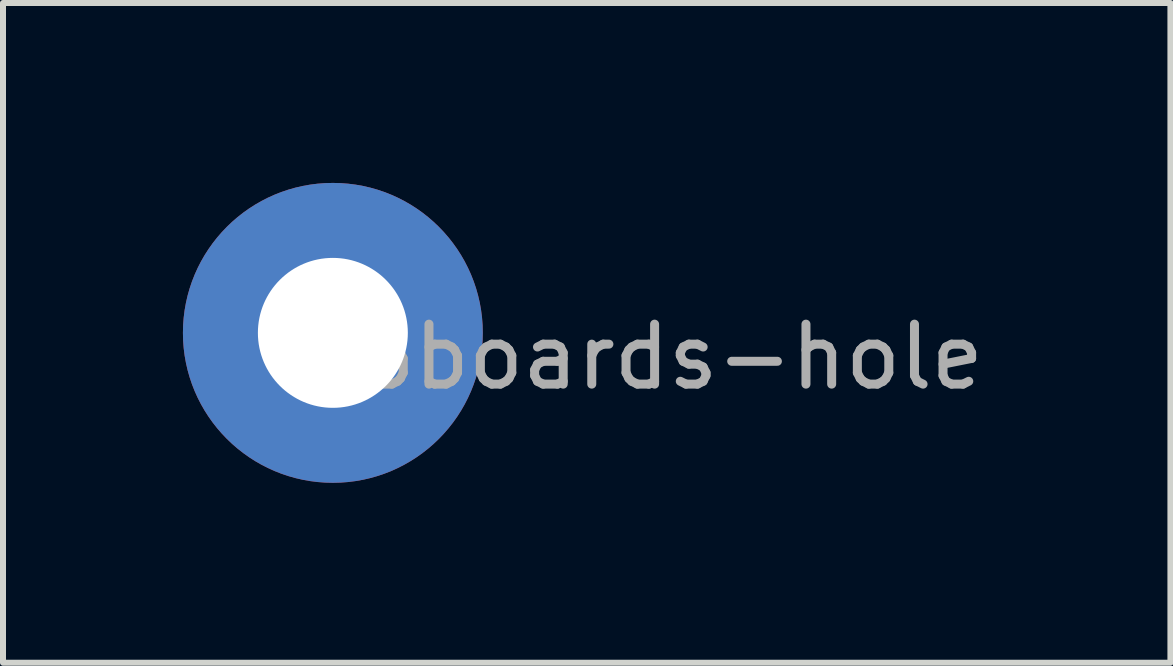
<source format=kicad_pcb>
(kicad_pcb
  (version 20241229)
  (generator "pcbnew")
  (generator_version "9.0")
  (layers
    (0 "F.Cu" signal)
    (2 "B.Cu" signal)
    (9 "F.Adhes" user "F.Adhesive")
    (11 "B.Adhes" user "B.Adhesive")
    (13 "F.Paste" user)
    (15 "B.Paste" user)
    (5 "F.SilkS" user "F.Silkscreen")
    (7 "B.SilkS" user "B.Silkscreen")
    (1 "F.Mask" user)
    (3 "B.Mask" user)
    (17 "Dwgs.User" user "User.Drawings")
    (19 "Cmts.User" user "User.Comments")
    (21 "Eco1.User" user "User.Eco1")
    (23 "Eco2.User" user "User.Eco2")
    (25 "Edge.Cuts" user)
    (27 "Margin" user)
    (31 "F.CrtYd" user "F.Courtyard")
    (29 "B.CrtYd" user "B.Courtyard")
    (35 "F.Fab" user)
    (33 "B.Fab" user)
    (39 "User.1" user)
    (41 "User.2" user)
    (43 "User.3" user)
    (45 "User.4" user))
  (footprint "96boards-hole"
    (layer "F.Cu")
    (at 2.5 2.5)
    (property "Reference" "96boards-hole" (at 5.15 0.4 0) (layer "F.Fab") (effects (font (size 1 1) (thickness 0.15))))
    (attr through_hole)
    (pad "1" thru_hole circle (at 0 0) (size 5 5) (drill 2.5) (layers "*.Cu" "*.Mask")))
  (gr_rect
    (start -3 -3)
    (end 16.465 8)
    (stroke (width 0.1) (type default))
    (fill no)
    (layer "Edge.Cuts")))
</source>
